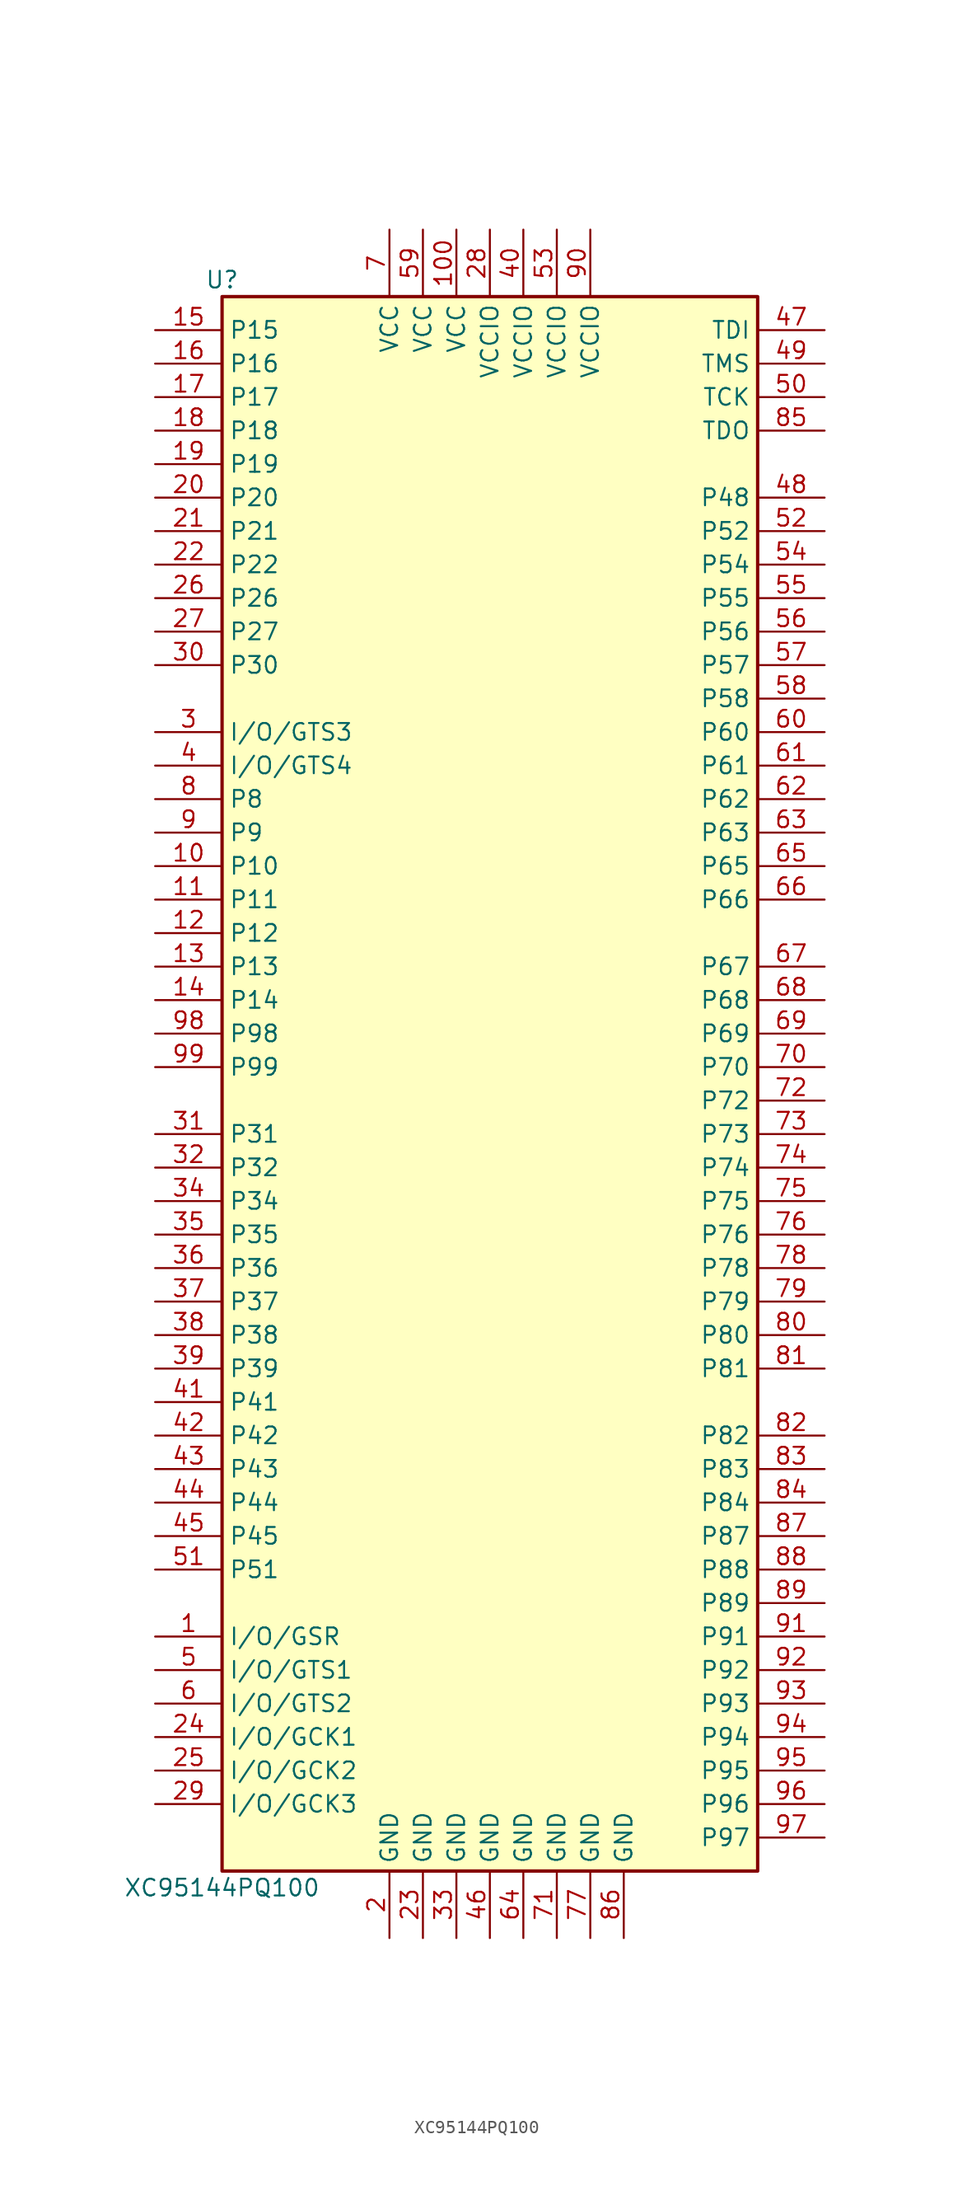
<source format=kicad_sym>
(kicad_symbol_lib
  (version 20211014)
  (generator kicad_symbol_editor)
  (symbol "XC95144PQ100"
    (property "Reference" "U"
      (at -20.32 59.69 0)
      (effects (font (size 1.27 1.27))))
    (property "Value" "XC95144PQ100"
      (at -20.32 -62.23 0)
      (effects (font (size 1.27 1.27))))
    (symbol "XC95144PQ100_1_1"
      (rectangle (start -20.32 58.42) (end 20.32 -60.96) (stroke (width 0.254) (type default) (color 0 0 0 0)) (fill (type background)))
      (pin bidirectional line (at -25.4 -43.18 0) (length 5.08) (name "I/O/GSR" (effects (font (size 1.27 1.27)))) (number "1" (effects (font (size 1.27 1.27)))))
      (pin bidirectional line (at -25.4 15.24 0) (length 5.08) (name "P10" (effects (font (size 1.27 1.27)))) (number "10" (effects (font (size 1.27 1.27)))))
      (pin power_in line (at -2.54 63.5 270) (length 5.08) (name "VCC" (effects (font (size 1.27 1.27)))) (number "100" (effects (font (size 1.27 1.27)))))
      (pin bidirectional line (at -25.4 12.7 0) (length 5.08) (name "P11" (effects (font (size 1.27 1.27)))) (number "11" (effects (font (size 1.27 1.27)))))
      (pin bidirectional line (at -25.4 10.16 0) (length 5.08) (name "P12" (effects (font (size 1.27 1.27)))) (number "12" (effects (font (size 1.27 1.27)))))
      (pin bidirectional line (at -25.4 7.62 0) (length 5.08) (name "P13" (effects (font (size 1.27 1.27)))) (number "13" (effects (font (size 1.27 1.27)))))
      (pin bidirectional line (at -25.4 5.08 0) (length 5.08) (name "P14" (effects (font (size 1.27 1.27)))) (number "14" (effects (font (size 1.27 1.27)))))
      (pin bidirectional line (at -25.4 55.88 0) (length 5.08) (name "P15" (effects (font (size 1.27 1.27)))) (number "15" (effects (font (size 1.27 1.27)))))
      (pin bidirectional line (at -25.4 53.34 0) (length 5.08) (name "P16" (effects (font (size 1.27 1.27)))) (number "16" (effects (font (size 1.27 1.27)))))
      (pin bidirectional line (at -25.4 50.8 0) (length 5.08) (name "P17" (effects (font (size 1.27 1.27)))) (number "17" (effects (font (size 1.27 1.27)))))
      (pin bidirectional line (at -25.4 48.26 0) (length 5.08) (name "P18" (effects (font (size 1.27 1.27)))) (number "18" (effects (font (size 1.27 1.27)))))
      (pin bidirectional line (at -25.4 45.72 0) (length 5.08) (name "P19" (effects (font (size 1.27 1.27)))) (number "19" (effects (font (size 1.27 1.27)))))
      (pin power_in line (at -7.62 -66.04 90) (length 5.08) (name "GND" (effects (font (size 1.27 1.27)))) (number "2" (effects (font (size 1.27 1.27)))))
      (pin bidirectional line (at -25.4 43.18 0) (length 5.08) (name "P20" (effects (font (size 1.27 1.27)))) (number "20" (effects (font (size 1.27 1.27)))))
      (pin bidirectional line (at -25.4 40.64 0) (length 5.08) (name "P21" (effects (font (size 1.27 1.27)))) (number "21" (effects (font (size 1.27 1.27)))))
      (pin bidirectional line (at -25.4 38.1 0) (length 5.08) (name "P22" (effects (font (size 1.27 1.27)))) (number "22" (effects (font (size 1.27 1.27)))))
      (pin power_in line (at -5.08 -66.04 90) (length 5.08) (name "GND" (effects (font (size 1.27 1.27)))) (number "23" (effects (font (size 1.27 1.27)))))
      (pin bidirectional line (at -25.4 -50.8 0) (length 5.08) (name "I/O/GCK1" (effects (font (size 1.27 1.27)))) (number "24" (effects (font (size 1.27 1.27)))))
      (pin bidirectional line (at -25.4 -53.34 0) (length 5.08) (name "I/O/GCK2" (effects (font (size 1.27 1.27)))) (number "25" (effects (font (size 1.27 1.27)))))
      (pin bidirectional line (at -25.4 35.56 0) (length 5.08) (name "P26" (effects (font (size 1.27 1.27)))) (number "26" (effects (font (size 1.27 1.27)))))
      (pin bidirectional line (at -25.4 33.02 0) (length 5.08) (name "P27" (effects (font (size 1.27 1.27)))) (number "27" (effects (font (size 1.27 1.27)))))
      (pin power_in line (at 0 63.5 270) (length 5.08) (name "VCCIO" (effects (font (size 1.27 1.27)))) (number "28" (effects (font (size 1.27 1.27)))))
      (pin bidirectional line (at -25.4 -55.88 0) (length 5.08) (name "I/O/GCK3" (effects (font (size 1.27 1.27)))) (number "29" (effects (font (size 1.27 1.27)))))
      (pin bidirectional line (at -25.4 25.4 0) (length 5.08) (name "I/O/GTS3" (effects (font (size 1.27 1.27)))) (number "3" (effects (font (size 1.27 1.27)))))
      (pin bidirectional line (at -25.4 30.48 0) (length 5.08) (name "P30" (effects (font (size 1.27 1.27)))) (number "30" (effects (font (size 1.27 1.27)))))
      (pin bidirectional line (at -25.4 -5.08 0) (length 5.08) (name "P31" (effects (font (size 1.27 1.27)))) (number "31" (effects (font (size 1.27 1.27)))))
      (pin bidirectional line (at -25.4 -7.62 0) (length 5.08) (name "P32" (effects (font (size 1.27 1.27)))) (number "32" (effects (font (size 1.27 1.27)))))
      (pin power_in line (at -2.54 -66.04 90) (length 5.08) (name "GND" (effects (font (size 1.27 1.27)))) (number "33" (effects (font (size 1.27 1.27)))))
      (pin bidirectional line (at -25.4 -10.16 0) (length 5.08) (name "P34" (effects (font (size 1.27 1.27)))) (number "34" (effects (font (size 1.27 1.27)))))
      (pin bidirectional line (at -25.4 -12.7 0) (length 5.08) (name "P35" (effects (font (size 1.27 1.27)))) (number "35" (effects (font (size 1.27 1.27)))))
      (pin bidirectional line (at -25.4 -15.24 0) (length 5.08) (name "P36" (effects (font (size 1.27 1.27)))) (number "36" (effects (font (size 1.27 1.27)))))
      (pin bidirectional line (at -25.4 -17.78 0) (length 5.08) (name "P37" (effects (font (size 1.27 1.27)))) (number "37" (effects (font (size 1.27 1.27)))))
      (pin bidirectional line (at -25.4 -20.32 0) (length 5.08) (name "P38" (effects (font (size 1.27 1.27)))) (number "38" (effects (font (size 1.27 1.27)))))
      (pin bidirectional line (at -25.4 -22.86 0) (length 5.08) (name "P39" (effects (font (size 1.27 1.27)))) (number "39" (effects (font (size 1.27 1.27)))))
      (pin bidirectional line (at -25.4 22.86 0) (length 5.08) (name "I/O/GTS4" (effects (font (size 1.27 1.27)))) (number "4" (effects (font (size 1.27 1.27)))))
      (pin power_in line (at 2.54 63.5 270) (length 5.08) (name "VCCIO" (effects (font (size 1.27 1.27)))) (number "40" (effects (font (size 1.27 1.27)))))
      (pin bidirectional line (at -25.4 -25.4 0) (length 5.08) (name "P41" (effects (font (size 1.27 1.27)))) (number "41" (effects (font (size 1.27 1.27)))))
      (pin bidirectional line (at -25.4 -27.94 0) (length 5.08) (name "P42" (effects (font (size 1.27 1.27)))) (number "42" (effects (font (size 1.27 1.27)))))
      (pin bidirectional line (at -25.4 -30.48 0) (length 5.08) (name "P43" (effects (font (size 1.27 1.27)))) (number "43" (effects (font (size 1.27 1.27)))))
      (pin bidirectional line (at -25.4 -33.02 0) (length 5.08) (name "P44" (effects (font (size 1.27 1.27)))) (number "44" (effects (font (size 1.27 1.27)))))
      (pin bidirectional line (at -25.4 -35.56 0) (length 5.08) (name "P45" (effects (font (size 1.27 1.27)))) (number "45" (effects (font (size 1.27 1.27)))))
      (pin power_in line (at 0 -66.04 90) (length 5.08) (name "GND" (effects (font (size 1.27 1.27)))) (number "46" (effects (font (size 1.27 1.27)))))
      (pin input line (at 25.4 55.88 180) (length 5.08) (name "TDI" (effects (font (size 1.27 1.27)))) (number "47" (effects (font (size 1.27 1.27)))))
      (pin bidirectional line (at 25.4 43.18 180) (length 5.08) (name "P48" (effects (font (size 1.27 1.27)))) (number "48" (effects (font (size 1.27 1.27)))))
      (pin input line (at 25.4 53.34 180) (length 5.08) (name "TMS" (effects (font (size 1.27 1.27)))) (number "49" (effects (font (size 1.27 1.27)))))
      (pin bidirectional line (at -25.4 -45.72 0) (length 5.08) (name "I/O/GTS1" (effects (font (size 1.27 1.27)))) (number "5" (effects (font (size 1.27 1.27)))))
      (pin input line (at 25.4 50.8 180) (length 5.08) (name "TCK" (effects (font (size 1.27 1.27)))) (number "50" (effects (font (size 1.27 1.27)))))
      (pin bidirectional line (at -25.4 -38.1 0) (length 5.08) (name "P51" (effects (font (size 1.27 1.27)))) (number "51" (effects (font (size 1.27 1.27)))))
      (pin bidirectional line (at 25.4 40.64 180) (length 5.08) (name "P52" (effects (font (size 1.27 1.27)))) (number "52" (effects (font (size 1.27 1.27)))))
      (pin power_in line (at 5.08 63.5 270) (length 5.08) (name "VCCIO" (effects (font (size 1.27 1.27)))) (number "53" (effects (font (size 1.27 1.27)))))
      (pin bidirectional line (at 25.4 38.1 180) (length 5.08) (name "P54" (effects (font (size 1.27 1.27)))) (number "54" (effects (font (size 1.27 1.27)))))
      (pin bidirectional line (at 25.4 35.56 180) (length 5.08) (name "P55" (effects (font (size 1.27 1.27)))) (number "55" (effects (font (size 1.27 1.27)))))
      (pin bidirectional line (at 25.4 33.02 180) (length 5.08) (name "P56" (effects (font (size 1.27 1.27)))) (number "56" (effects (font (size 1.27 1.27)))))
      (pin bidirectional line (at 25.4 30.48 180) (length 5.08) (name "P57" (effects (font (size 1.27 1.27)))) (number "57" (effects (font (size 1.27 1.27)))))
      (pin bidirectional line (at 25.4 27.94 180) (length 5.08) (name "P58" (effects (font (size 1.27 1.27)))) (number "58" (effects (font (size 1.27 1.27)))))
      (pin power_in line (at -5.08 63.5 270) (length 5.08) (name "VCC" (effects (font (size 1.27 1.27)))) (number "59" (effects (font (size 1.27 1.27)))))
      (pin bidirectional line (at -25.4 -48.26 0) (length 5.08) (name "I/O/GTS2" (effects (font (size 1.27 1.27)))) (number "6" (effects (font (size 1.27 1.27)))))
      (pin bidirectional line (at 25.4 25.4 180) (length 5.08) (name "P60" (effects (font (size 1.27 1.27)))) (number "60" (effects (font (size 1.27 1.27)))))
      (pin bidirectional line (at 25.4 22.86 180) (length 5.08) (name "P61" (effects (font (size 1.27 1.27)))) (number "61" (effects (font (size 1.27 1.27)))))
      (pin bidirectional line (at 25.4 20.32 180) (length 5.08) (name "P62" (effects (font (size 1.27 1.27)))) (number "62" (effects (font (size 1.27 1.27)))))
      (pin bidirectional line (at 25.4 17.78 180) (length 5.08) (name "P63" (effects (font (size 1.27 1.27)))) (number "63" (effects (font (size 1.27 1.27)))))
      (pin power_in line (at 2.54 -66.04 90) (length 5.08) (name "GND" (effects (font (size 1.27 1.27)))) (number "64" (effects (font (size 1.27 1.27)))))
      (pin bidirectional line (at 25.4 15.24 180) (length 5.08) (name "P65" (effects (font (size 1.27 1.27)))) (number "65" (effects (font (size 1.27 1.27)))))
      (pin bidirectional line (at 25.4 12.7 180) (length 5.08) (name "P66" (effects (font (size 1.27 1.27)))) (number "66" (effects (font (size 1.27 1.27)))))
      (pin bidirectional line (at 25.4 7.62 180) (length 5.08) (name "P67" (effects (font (size 1.27 1.27)))) (number "67" (effects (font (size 1.27 1.27)))))
      (pin bidirectional line (at 25.4 5.08 180) (length 5.08) (name "P68" (effects (font (size 1.27 1.27)))) (number "68" (effects (font (size 1.27 1.27)))))
      (pin bidirectional line (at 25.4 2.54 180) (length 5.08) (name "P69" (effects (font (size 1.27 1.27)))) (number "69" (effects (font (size 1.27 1.27)))))
      (pin power_in line (at -7.62 63.5 270) (length 5.08) (name "VCC" (effects (font (size 1.27 1.27)))) (number "7" (effects (font (size 1.27 1.27)))))
      (pin bidirectional line (at 25.4 0 180) (length 5.08) (name "P70" (effects (font (size 1.27 1.27)))) (number "70" (effects (font (size 1.27 1.27)))))
      (pin power_in line (at 5.08 -66.04 90) (length 5.08) (name "GND" (effects (font (size 1.27 1.27)))) (number "71" (effects (font (size 1.27 1.27)))))
      (pin bidirectional line (at 25.4 -2.54 180) (length 5.08) (name "P72" (effects (font (size 1.27 1.27)))) (number "72" (effects (font (size 1.27 1.27)))))
      (pin bidirectional line (at 25.4 -5.08 180) (length 5.08) (name "P73" (effects (font (size 1.27 1.27)))) (number "73" (effects (font (size 1.27 1.27)))))
      (pin bidirectional line (at 25.4 -7.62 180) (length 5.08) (name "P74" (effects (font (size 1.27 1.27)))) (number "74" (effects (font (size 1.27 1.27)))))
      (pin bidirectional line (at 25.4 -10.16 180) (length 5.08) (name "P75" (effects (font (size 1.27 1.27)))) (number "75" (effects (font (size 1.27 1.27)))))
      (pin bidirectional line (at 25.4 -12.7 180) (length 5.08) (name "P76" (effects (font (size 1.27 1.27)))) (number "76" (effects (font (size 1.27 1.27)))))
      (pin power_in line (at 7.62 -66.04 90) (length 5.08) (name "GND" (effects (font (size 1.27 1.27)))) (number "77" (effects (font (size 1.27 1.27)))))
      (pin bidirectional line (at 25.4 -15.24 180) (length 5.08) (name "P78" (effects (font (size 1.27 1.27)))) (number "78" (effects (font (size 1.27 1.27)))))
      (pin bidirectional line (at 25.4 -17.78 180) (length 5.08) (name "P79" (effects (font (size 1.27 1.27)))) (number "79" (effects (font (size 1.27 1.27)))))
      (pin bidirectional line (at -25.4 20.32 0) (length 5.08) (name "P8" (effects (font (size 1.27 1.27)))) (number "8" (effects (font (size 1.27 1.27)))))
      (pin bidirectional line (at 25.4 -20.32 180) (length 5.08) (name "P80" (effects (font (size 1.27 1.27)))) (number "80" (effects (font (size 1.27 1.27)))))
      (pin bidirectional line (at 25.4 -22.86 180) (length 5.08) (name "P81" (effects (font (size 1.27 1.27)))) (number "81" (effects (font (size 1.27 1.27)))))
      (pin bidirectional line (at 25.4 -27.94 180) (length 5.08) (name "P82" (effects (font (size 1.27 1.27)))) (number "82" (effects (font (size 1.27 1.27)))))
      (pin bidirectional line (at 25.4 -30.48 180) (length 5.08) (name "P83" (effects (font (size 1.27 1.27)))) (number "83" (effects (font (size 1.27 1.27)))))
      (pin bidirectional line (at 25.4 -33.02 180) (length 5.08) (name "P84" (effects (font (size 1.27 1.27)))) (number "84" (effects (font (size 1.27 1.27)))))
      (pin output line (at 25.4 48.26 180) (length 5.08) (name "TDO" (effects (font (size 1.27 1.27)))) (number "85" (effects (font (size 1.27 1.27)))))
      (pin power_in line (at 10.16 -66.04 90) (length 5.08) (name "GND" (effects (font (size 1.27 1.27)))) (number "86" (effects (font (size 1.27 1.27)))))
      (pin bidirectional line (at 25.4 -35.56 180) (length 5.08) (name "P87" (effects (font (size 1.27 1.27)))) (number "87" (effects (font (size 1.27 1.27)))))
      (pin bidirectional line (at 25.4 -38.1 180) (length 5.08) (name "P88" (effects (font (size 1.27 1.27)))) (number "88" (effects (font (size 1.27 1.27)))))
      (pin bidirectional line (at 25.4 -40.64 180) (length 5.08) (name "P89" (effects (font (size 1.27 1.27)))) (number "89" (effects (font (size 1.27 1.27)))))
      (pin bidirectional line (at -25.4 17.78 0) (length 5.08) (name "P9" (effects (font (size 1.27 1.27)))) (number "9" (effects (font (size 1.27 1.27)))))
      (pin power_in line (at 7.62 63.5 270) (length 5.08) (name "VCCIO" (effects (font (size 1.27 1.27)))) (number "90" (effects (font (size 1.27 1.27)))))
      (pin bidirectional line (at 25.4 -43.18 180) (length 5.08) (name "P91" (effects (font (size 1.27 1.27)))) (number "91" (effects (font (size 1.27 1.27)))))
      (pin bidirectional line (at 25.4 -45.72 180) (length 5.08) (name "P92" (effects (font (size 1.27 1.27)))) (number "92" (effects (font (size 1.27 1.27)))))
      (pin bidirectional line (at 25.4 -48.26 180) (length 5.08) (name "P93" (effects (font (size 1.27 1.27)))) (number "93" (effects (font (size 1.27 1.27)))))
      (pin bidirectional line (at 25.4 -50.8 180) (length 5.08) (name "P94" (effects (font (size 1.27 1.27)))) (number "94" (effects (font (size 1.27 1.27)))))
      (pin bidirectional line (at 25.4 -53.34 180) (length 5.08) (name "P95" (effects (font (size 1.27 1.27)))) (number "95" (effects (font (size 1.27 1.27)))))
      (pin bidirectional line (at 25.4 -55.88 180) (length 5.08) (name "P96" (effects (font (size 1.27 1.27)))) (number "96" (effects (font (size 1.27 1.27)))))
      (pin bidirectional line (at 25.4 -58.42 180) (length 5.08) (name "P97" (effects (font (size 1.27 1.27)))) (number "97" (effects (font (size 1.27 1.27)))))
      (pin bidirectional line (at -25.4 2.54 0) (length 5.08) (name "P98" (effects (font (size 1.27 1.27)))) (number "98" (effects (font (size 1.27 1.27)))))
      (pin bidirectional line (at -25.4 0 0) (length 5.08) (name "P99" (effects (font (size 1.27 1.27)))) (number "99" (effects (font (size 1.27 1.27))))))))
</source>
